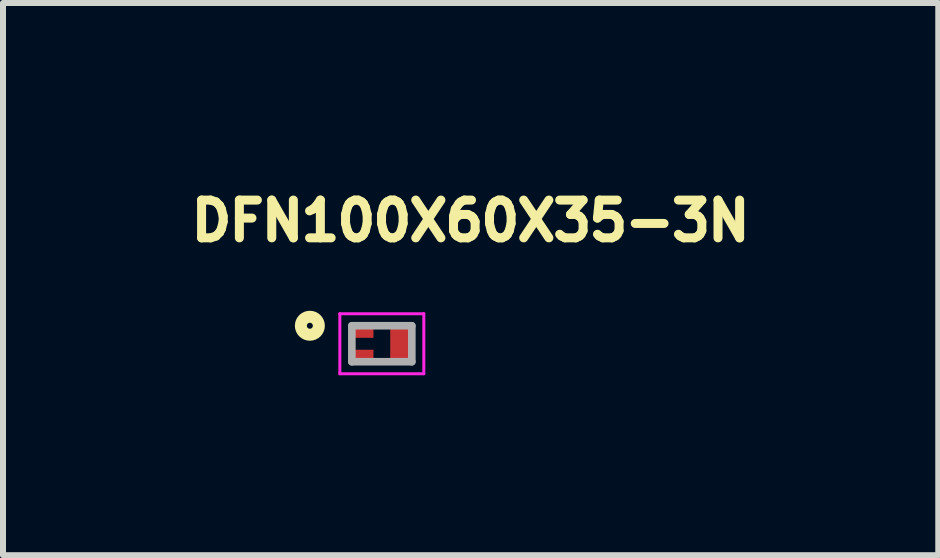
<source format=kicad_pcb>
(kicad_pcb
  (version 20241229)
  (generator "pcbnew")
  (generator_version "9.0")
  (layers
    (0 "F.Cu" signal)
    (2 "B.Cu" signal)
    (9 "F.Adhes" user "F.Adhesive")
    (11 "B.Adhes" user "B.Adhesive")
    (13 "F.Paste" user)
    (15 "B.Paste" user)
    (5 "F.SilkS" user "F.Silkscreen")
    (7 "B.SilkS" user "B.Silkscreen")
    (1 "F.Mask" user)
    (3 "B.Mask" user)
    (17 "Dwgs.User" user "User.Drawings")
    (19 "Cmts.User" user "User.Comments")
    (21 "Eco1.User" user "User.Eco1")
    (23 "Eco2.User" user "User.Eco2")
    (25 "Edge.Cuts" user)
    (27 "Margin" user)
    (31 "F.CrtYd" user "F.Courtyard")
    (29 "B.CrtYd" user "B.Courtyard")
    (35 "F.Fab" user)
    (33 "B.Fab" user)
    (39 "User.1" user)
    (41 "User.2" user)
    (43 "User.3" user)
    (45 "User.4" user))
  (footprint "DFN100X60X35-3N"
    (layer "F.Cu")
    (at 3.316 2.681)
    (property "Reference" "DFN100X60X35-3N" (at 1.48 -2.049 0) (layer "F.SilkS") (effects (font (size 0.63 0.63) (thickness 0.15))))
    (attr smd)
    (fp_circle (center -1.2 -0.3) (end -1.05 -0.3) (stroke (width 0.2) (type solid)) (fill no) (layer "F.SilkS"))
    (fp_line (start -0.7 -0.5) (end 0.7 -0.5) (stroke (width 0.05) (type solid)) (layer "F.CrtYd"))
    (fp_line (start -0.7 0.5) (end -0.7 -0.5) (stroke (width 0.05) (type solid)) (layer "F.CrtYd"))
    (fp_line (start 0.7 -0.5) (end 0.7 0.5) (stroke (width 0.05) (type solid)) (layer "F.CrtYd"))
    (fp_line (start 0.7 0.5) (end -0.7 0.5) (stroke (width 0.05) (type solid)) (layer "F.CrtYd"))
    (fp_line (start -0.5 -0.3) (end 0.5 -0.3) (stroke (width 0.127) (type solid)) (layer "F.Fab"))
    (fp_line (start -0.5 0.3) (end -0.5 -0.3) (stroke (width 0.127) (type solid)) (layer "F.Fab"))
    (fp_line (start 0.5 -0.3) (end 0.5 0.3) (stroke (width 0.127) (type solid)) (layer "F.Fab"))
    (fp_line (start 0.5 0.3) (end -0.5 0.3) (stroke (width 0.127) (type solid)) (layer "F.Fab"))
    (pad "1" smd rect (at -0.33 -0.174) (size 0.38 0.15) (layers "F.Cu" "F.Mask" "F.Paste"))
    (pad "2" smd rect (at -0.33 0.175) (size 0.38 0.15) (layers "F.Cu" "F.Mask" "F.Paste"))
    (pad "3" smd rect (at 0.33 0) (size 0.38 0.63) (layers "F.Cu" "F.Mask" "F.Paste")))
  (gr_rect
    (start -3 -3)
    (end 12.593 6.206)
    (stroke (width 0.1) (type default))
    (fill no)
    (layer "Edge.Cuts")))
</source>
